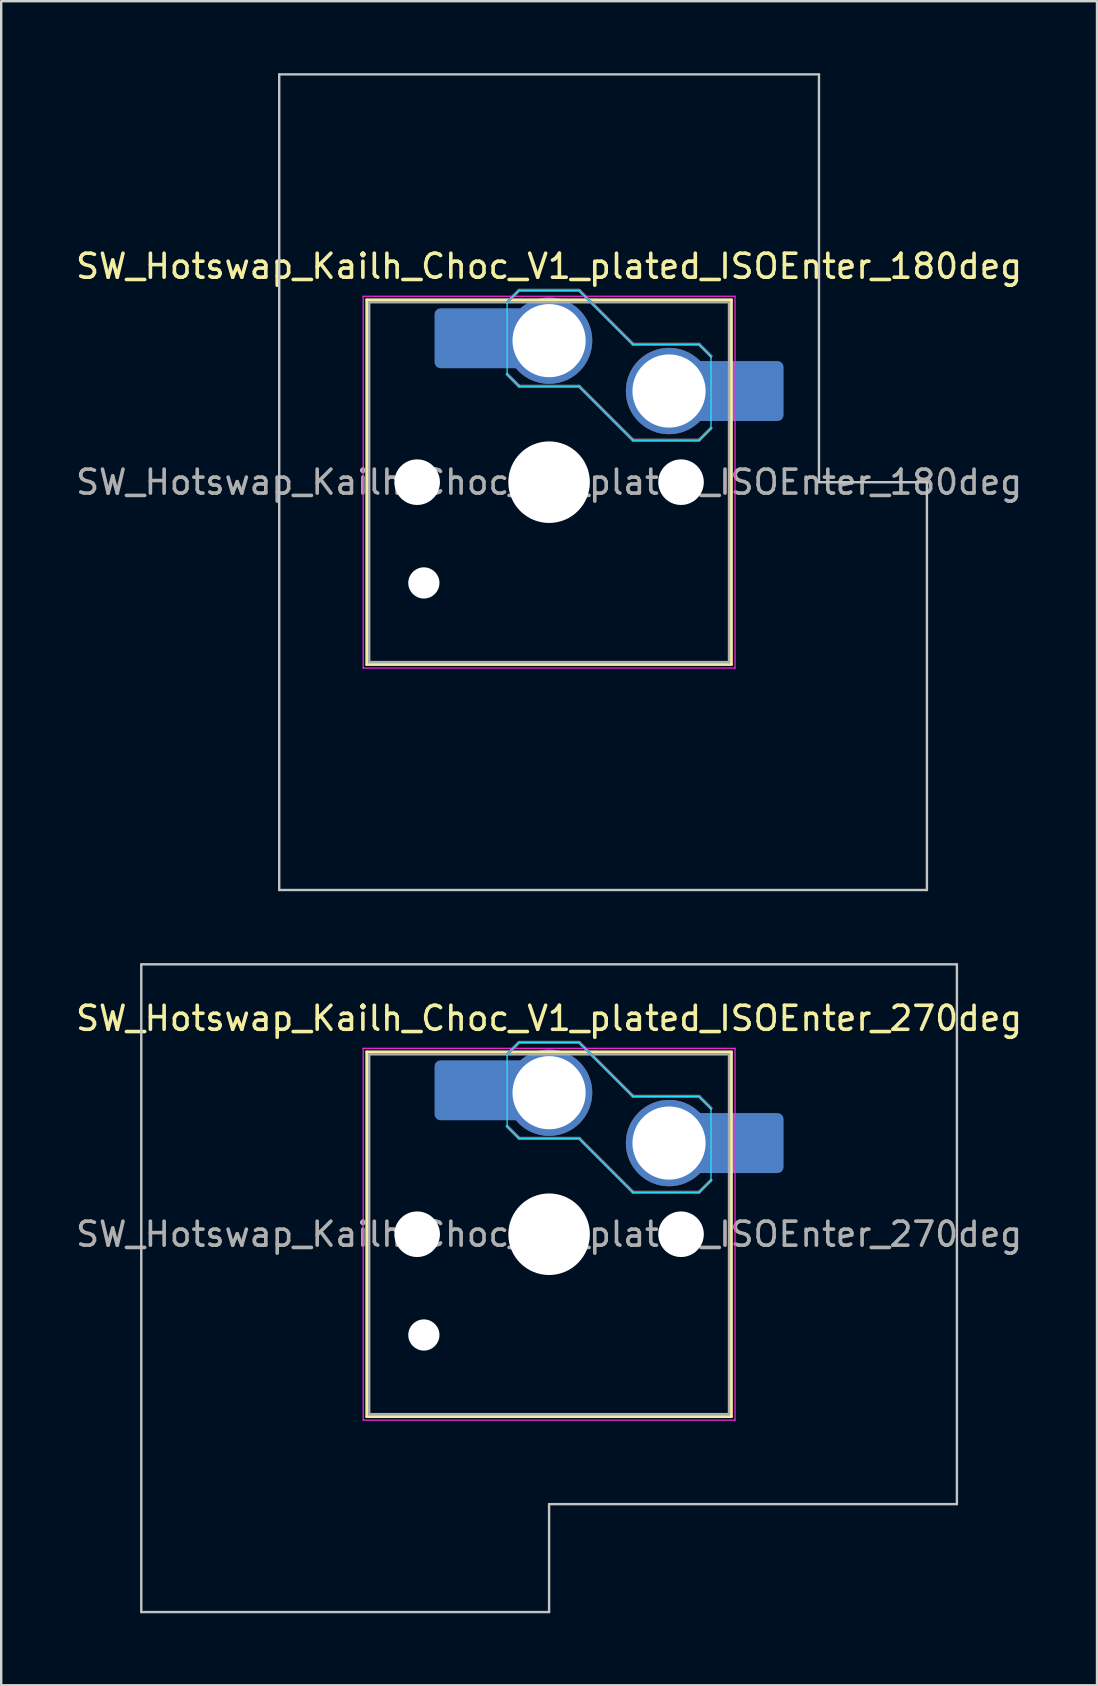
<source format=kicad_pcb>
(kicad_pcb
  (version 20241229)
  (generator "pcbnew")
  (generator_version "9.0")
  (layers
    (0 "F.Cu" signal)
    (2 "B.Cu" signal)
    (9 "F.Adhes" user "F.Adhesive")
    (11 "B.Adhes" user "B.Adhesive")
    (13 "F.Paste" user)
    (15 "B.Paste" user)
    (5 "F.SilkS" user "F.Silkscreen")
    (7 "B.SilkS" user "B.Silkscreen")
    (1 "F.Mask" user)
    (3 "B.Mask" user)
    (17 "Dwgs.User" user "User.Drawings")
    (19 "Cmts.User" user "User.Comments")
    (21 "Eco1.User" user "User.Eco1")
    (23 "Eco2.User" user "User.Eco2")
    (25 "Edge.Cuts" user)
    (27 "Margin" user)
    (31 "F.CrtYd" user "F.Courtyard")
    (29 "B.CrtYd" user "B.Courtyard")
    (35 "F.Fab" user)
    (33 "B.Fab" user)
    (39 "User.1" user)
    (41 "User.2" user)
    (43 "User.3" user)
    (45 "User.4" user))
  (footprint "SW_Hotswap_Kailh_Choc_V1_plated_ISOEnter_180deg"
    (layer "F.Cu")
    (at 19.839 17.05)
    (property "Reference" "SW_Hotswap_Kailh_Choc_V1_plated_ISOEnter_180deg" (at 0 -9 0) (layer "F.SilkS") (effects (font (size 1 1) (thickness 0.15))))
    (attr smd)
    (fp_line (start -7.6 -7.6) (end -7.6 7.6) (stroke (width 0.12) (type solid)) (layer "F.SilkS"))
    (fp_line (start -7.6 7.6) (end 7.6 7.6) (stroke (width 0.12) (type solid)) (layer "F.SilkS"))
    (fp_line (start 7.6 -7.6) (end -7.6 -7.6) (stroke (width 0.12) (type solid)) (layer "F.SilkS"))
    (fp_line (start 7.6 7.6) (end 7.6 -7.6) (stroke (width 0.12) (type solid)) (layer "F.SilkS"))
    (fp_line (start -1.75 -7.5) (end -1.25 -8) (stroke (width 0.12) (type solid)) (layer "B.SilkS"))
    (fp_line (start -1.25 -8) (end 1.25 -8) (stroke (width 0.12) (type solid)) (layer "B.SilkS"))
    (fp_line (start -1.25 -4) (end -1.75 -4.5) (stroke (width 0.12) (type solid)) (layer "B.SilkS"))
    (fp_line (start 1.25 -8) (end 3.5 -5.75) (stroke (width 0.12) (type solid)) (layer "B.SilkS"))
    (fp_line (start 1.25 -4) (end -1.25 -4) (stroke (width 0.12) (type solid)) (layer "B.SilkS"))
    (fp_line (start 3.5 -5.75) (end 6.25 -5.75) (stroke (width 0.12) (type solid)) (layer "B.SilkS"))
    (fp_line (start 3.5 -1.75) (end 1.25 -4) (stroke (width 0.12) (type solid)) (layer "B.SilkS"))
    (fp_line (start 6.25 -5.75) (end 6.75 -5.25) (stroke (width 0.12) (type solid)) (layer "B.SilkS"))
    (fp_line (start 6.25 -1.75) (end 3.5 -1.75) (stroke (width 0.12) (type solid)) (layer "B.SilkS"))
    (fp_line (start 6.75 -2.25) (end 6.25 -1.75) (stroke (width 0.12) (type solid)) (layer "B.SilkS"))
    (fp_line (start -11.25 -17) (end -11.25 17) (stroke (width 0.1) (type solid)) (layer "Dwgs.User"))
    (fp_line (start -11.25 17) (end 15.75 17) (stroke (width 0.1) (type solid)) (layer "Dwgs.User"))
    (fp_line (start 11.25 -17) (end -11.25 -17) (stroke (width 0.1) (type solid)) (layer "Dwgs.User"))
    (fp_line (start 11.25 0) (end 11.25 -17) (stroke (width 0.1) (type solid)) (layer "Dwgs.User"))
    (fp_line (start 15.75 0) (end 11.25 0) (stroke (width 0.1) (type solid)) (layer "Dwgs.User"))
    (fp_line (start 15.75 17) (end 15.75 0) (stroke (width 0.1) (type solid)) (layer "Dwgs.User"))
    (fp_line (start -7.25 -7.25) (end -7.25 7.25) (stroke (width 0.1) (type solid)) (layer "Eco1.User"))
    (fp_line (start -7.25 7.25) (end 7.25 7.25) (stroke (width 0.1) (type solid)) (layer "Eco1.User"))
    (fp_line (start 7.25 -7.25) (end -7.25 -7.25) (stroke (width 0.1) (type solid)) (layer "Eco1.User"))
    (fp_line (start 7.25 7.25) (end 7.25 -7.25) (stroke (width 0.1) (type solid)) (layer "Eco1.User"))
    (fp_line (start -1.75 -7.5) (end -1.25 -8) (stroke (width 0.05) (type solid)) (layer "B.CrtYd"))
    (fp_line (start -1.75 -4.5) (end -1.75 -7.5) (stroke (width 0.05) (type solid)) (layer "B.CrtYd"))
    (fp_line (start -1.25 -8) (end 1.25 -8) (stroke (width 0.05) (type solid)) (layer "B.CrtYd"))
    (fp_line (start -1.25 -4) (end -1.75 -4.5) (stroke (width 0.05) (type solid)) (layer "B.CrtYd"))
    (fp_line (start 1.25 -8) (end 3.5 -5.75) (stroke (width 0.05) (type solid)) (layer "B.CrtYd"))
    (fp_line (start 1.25 -4) (end -1.25 -4) (stroke (width 0.05) (type solid)) (layer "B.CrtYd"))
    (fp_line (start 3.5 -5.75) (end 6.25 -5.75) (stroke (width 0.05) (type solid)) (layer "B.CrtYd"))
    (fp_line (start 3.5 -1.75) (end 1.25 -4) (stroke (width 0.05) (type solid)) (layer "B.CrtYd"))
    (fp_line (start 6.25 -5.75) (end 6.75 -5.25) (stroke (width 0.05) (type solid)) (layer "B.CrtYd"))
    (fp_line (start 6.25 -1.75) (end 3.5 -1.75) (stroke (width 0.05) (type solid)) (layer "B.CrtYd"))
    (fp_line (start 6.75 -5.25) (end 6.75 -2.25) (stroke (width 0.05) (type solid)) (layer "B.CrtYd"))
    (fp_line (start 6.75 -2.25) (end 6.25 -1.75) (stroke (width 0.05) (type solid)) (layer "B.CrtYd"))
    (fp_line (start -7.75 -7.75) (end -7.75 7.75) (stroke (width 0.05) (type solid)) (layer "F.CrtYd"))
    (fp_line (start -7.75 7.75) (end 7.75 7.75) (stroke (width 0.05) (type solid)) (layer "F.CrtYd"))
    (fp_line (start 7.75 -7.75) (end -7.75 -7.75) (stroke (width 0.05) (type solid)) (layer "F.CrtYd"))
    (fp_line (start 7.75 7.75) (end 7.75 -7.75) (stroke (width 0.05) (type solid)) (layer "F.CrtYd"))
    (fp_line (start -1.75 -7.5) (end -1.25 -8) (stroke (width 0.1) (type solid)) (layer "B.Fab"))
    (fp_line (start -1.25 -8) (end 1.25 -8) (stroke (width 0.1) (type solid)) (layer "B.Fab"))
    (fp_line (start -1.25 -4) (end -1.75 -4.5) (stroke (width 0.1) (type solid)) (layer "B.Fab"))
    (fp_line (start 1.25 -8) (end 3.5 -5.75) (stroke (width 0.1) (type solid)) (layer "B.Fab"))
    (fp_line (start 1.25 -4) (end -1.25 -4) (stroke (width 0.1) (type solid)) (layer "B.Fab"))
    (fp_line (start 3.5 -5.75) (end 6.25 -5.75) (stroke (width 0.1) (type solid)) (layer "B.Fab"))
    (fp_line (start 3.5 -1.75) (end 1.25 -4) (stroke (width 0.1) (type solid)) (layer "B.Fab"))
    (fp_line (start 6.25 -5.75) (end 6.75 -5.25) (stroke (width 0.1) (type solid)) (layer "B.Fab"))
    (fp_line (start 6.25 -1.75) (end 3.5 -1.75) (stroke (width 0.1) (type solid)) (layer "B.Fab"))
    (fp_line (start 6.75 -2.25) (end 6.25 -1.75) (stroke (width 0.1) (type solid)) (layer "B.Fab"))
    (fp_line (start -7.5 -7.5) (end -7.5 7.5) (stroke (width 0.1) (type solid)) (layer "F.Fab"))
    (fp_line (start -7.5 7.5) (end 7.5 7.5) (stroke (width 0.1) (type solid)) (layer "F.Fab"))
    (fp_line (start 7.5 -7.5) (end -7.5 -7.5) (stroke (width 0.1) (type solid)) (layer "F.Fab"))
    (fp_line (start 7.5 7.5) (end 7.5 -7.5) (stroke (width 0.1) (type solid)) (layer "F.Fab"))
    (fp_text user "${REFERENCE}" (at 0 0 0) (layer "F.Fab") (effects (font (size 1 1) (thickness 0.15))))
    (pad "" np_thru_hole circle (at -5.5 0) (size 1.9 1.9) (drill 1.9) (layers "*.Cu" "*.Mask"))
    (pad "" np_thru_hole circle (at -5.22 4.2) (size 1.3 1.3) (drill 1.3) (layers "*.Cu" "*.Mask"))
    (pad "" smd roundrect (at -3.5 -6) (size 2.55 2.5) (layers "B.Mask" "B.Paste") (roundrect_rratio 0.1))
    (pad "" np_thru_hole circle (at 0 0) (size 3.4 3.4) (drill 3.4) (layers "*.Cu" "*.Mask"))
    (pad "" np_thru_hole circle (at 5.5 0) (size 1.9 1.9) (drill 1.9) (layers "*.Cu" "*.Mask"))
    (pad "" smd roundrect (at 8.5 -3.8) (size 2.55 2.5) (layers "B.Mask" "B.Paste") (roundrect_rratio 0.1))
    (pad "1" smd roundrect (at -2.85 -6) (size 3.85 2.5) (layers "B.Cu") (roundrect_rratio 0.1))
    (pad "1" thru_hole circle (at 0 -5.9) (size 3.6 3.6) (drill 3.05) (layers "*.Cu" "B.Mask"))
    (pad "2" thru_hole circle (at 5 -3.8) (size 3.6 3.6) (drill 3.05) (layers "*.Cu" "B.Mask"))
    (pad "2" smd roundrect (at 7.85 -3.8) (size 3.85 2.5) (layers "B.Cu") (roundrect_rratio 0.1)))
  (footprint "SW_Hotswap_Kailh_Choc_V1_plated_ISOEnter_270deg"
    (layer "F.Cu")
    (at 19.839 48.4)
    (property "Reference" "SW_Hotswap_Kailh_Choc_V1_plated_ISOEnter_270deg" (at 0 -9 0) (layer "F.SilkS") (effects (font (size 1 1) (thickness 0.15))))
    (attr smd)
    (fp_line (start -7.6 -7.6) (end -7.6 7.6) (stroke (width 0.12) (type solid)) (layer "F.SilkS"))
    (fp_line (start -7.6 7.6) (end 7.6 7.6) (stroke (width 0.12) (type solid)) (layer "F.SilkS"))
    (fp_line (start 7.6 -7.6) (end -7.6 -7.6) (stroke (width 0.12) (type solid)) (layer "F.SilkS"))
    (fp_line (start 7.6 7.6) (end 7.6 -7.6) (stroke (width 0.12) (type solid)) (layer "F.SilkS"))
    (fp_line (start -1.75 -7.5) (end -1.25 -8) (stroke (width 0.12) (type solid)) (layer "B.SilkS"))
    (fp_line (start -1.25 -8) (end 1.25 -8) (stroke (width 0.12) (type solid)) (layer "B.SilkS"))
    (fp_line (start -1.25 -4) (end -1.75 -4.5) (stroke (width 0.12) (type solid)) (layer "B.SilkS"))
    (fp_line (start 1.25 -8) (end 3.5 -5.75) (stroke (width 0.12) (type solid)) (layer "B.SilkS"))
    (fp_line (start 1.25 -4) (end -1.25 -4) (stroke (width 0.12) (type solid)) (layer "B.SilkS"))
    (fp_line (start 3.5 -5.75) (end 6.25 -5.75) (stroke (width 0.12) (type solid)) (layer "B.SilkS"))
    (fp_line (start 3.5 -1.75) (end 1.25 -4) (stroke (width 0.12) (type solid)) (layer "B.SilkS"))
    (fp_line (start 6.25 -5.75) (end 6.75 -5.25) (stroke (width 0.12) (type solid)) (layer "B.SilkS"))
    (fp_line (start 6.25 -1.75) (end 3.5 -1.75) (stroke (width 0.12) (type solid)) (layer "B.SilkS"))
    (fp_line (start 6.75 -2.25) (end 6.25 -1.75) (stroke (width 0.12) (type solid)) (layer "B.SilkS"))
    (fp_line (start -17 -11.25) (end -17 15.75) (stroke (width 0.1) (type solid)) (layer "Dwgs.User"))
    (fp_line (start -17 15.75) (end 0 15.75) (stroke (width 0.1) (type solid)) (layer "Dwgs.User"))
    (fp_line (start 0 11.25) (end 17 11.25) (stroke (width 0.1) (type solid)) (layer "Dwgs.User"))
    (fp_line (start 0 15.75) (end 0 11.25) (stroke (width 0.1) (type solid)) (layer "Dwgs.User"))
    (fp_line (start 17 -11.25) (end -17 -11.25) (stroke (width 0.1) (type solid)) (layer "Dwgs.User"))
    (fp_line (start 17 11.25) (end 17 -11.25) (stroke (width 0.1) (type solid)) (layer "Dwgs.User"))
    (fp_line (start -7.25 -7.25) (end -7.25 7.25) (stroke (width 0.1) (type solid)) (layer "Eco1.User"))
    (fp_line (start -7.25 7.25) (end 7.25 7.25) (stroke (width 0.1) (type solid)) (layer "Eco1.User"))
    (fp_line (start 7.25 -7.25) (end -7.25 -7.25) (stroke (width 0.1) (type solid)) (layer "Eco1.User"))
    (fp_line (start 7.25 7.25) (end 7.25 -7.25) (stroke (width 0.1) (type solid)) (layer "Eco1.User"))
    (fp_line (start -1.75 -7.5) (end -1.25 -8) (stroke (width 0.05) (type solid)) (layer "B.CrtYd"))
    (fp_line (start -1.75 -4.5) (end -1.75 -7.5) (stroke (width 0.05) (type solid)) (layer "B.CrtYd"))
    (fp_line (start -1.25 -8) (end 1.25 -8) (stroke (width 0.05) (type solid)) (layer "B.CrtYd"))
    (fp_line (start -1.25 -4) (end -1.75 -4.5) (stroke (width 0.05) (type solid)) (layer "B.CrtYd"))
    (fp_line (start 1.25 -8) (end 3.5 -5.75) (stroke (width 0.05) (type solid)) (layer "B.CrtYd"))
    (fp_line (start 1.25 -4) (end -1.25 -4) (stroke (width 0.05) (type solid)) (layer "B.CrtYd"))
    (fp_line (start 3.5 -5.75) (end 6.25 -5.75) (stroke (width 0.05) (type solid)) (layer "B.CrtYd"))
    (fp_line (start 3.5 -1.75) (end 1.25 -4) (stroke (width 0.05) (type solid)) (layer "B.CrtYd"))
    (fp_line (start 6.25 -5.75) (end 6.75 -5.25) (stroke (width 0.05) (type solid)) (layer "B.CrtYd"))
    (fp_line (start 6.25 -1.75) (end 3.5 -1.75) (stroke (width 0.05) (type solid)) (layer "B.CrtYd"))
    (fp_line (start 6.75 -5.25) (end 6.75 -2.25) (stroke (width 0.05) (type solid)) (layer "B.CrtYd"))
    (fp_line (start 6.75 -2.25) (end 6.25 -1.75) (stroke (width 0.05) (type solid)) (layer "B.CrtYd"))
    (fp_line (start -7.75 -7.75) (end -7.75 7.75) (stroke (width 0.05) (type solid)) (layer "F.CrtYd"))
    (fp_line (start -7.75 7.75) (end 7.75 7.75) (stroke (width 0.05) (type solid)) (layer "F.CrtYd"))
    (fp_line (start 7.75 -7.75) (end -7.75 -7.75) (stroke (width 0.05) (type solid)) (layer "F.CrtYd"))
    (fp_line (start 7.75 7.75) (end 7.75 -7.75) (stroke (width 0.05) (type solid)) (layer "F.CrtYd"))
    (fp_line (start -1.75 -7.5) (end -1.25 -8) (stroke (width 0.1) (type solid)) (layer "B.Fab"))
    (fp_line (start -1.25 -8) (end 1.25 -8) (stroke (width 0.1) (type solid)) (layer "B.Fab"))
    (fp_line (start -1.25 -4) (end -1.75 -4.5) (stroke (width 0.1) (type solid)) (layer "B.Fab"))
    (fp_line (start 1.25 -8) (end 3.5 -5.75) (stroke (width 0.1) (type solid)) (layer "B.Fab"))
    (fp_line (start 1.25 -4) (end -1.25 -4) (stroke (width 0.1) (type solid)) (layer "B.Fab"))
    (fp_line (start 3.5 -5.75) (end 6.25 -5.75) (stroke (width 0.1) (type solid)) (layer "B.Fab"))
    (fp_line (start 3.5 -1.75) (end 1.25 -4) (stroke (width 0.1) (type solid)) (layer "B.Fab"))
    (fp_line (start 6.25 -5.75) (end 6.75 -5.25) (stroke (width 0.1) (type solid)) (layer "B.Fab"))
    (fp_line (start 6.25 -1.75) (end 3.5 -1.75) (stroke (width 0.1) (type solid)) (layer "B.Fab"))
    (fp_line (start 6.75 -2.25) (end 6.25 -1.75) (stroke (width 0.1) (type solid)) (layer "B.Fab"))
    (fp_line (start -7.5 -7.5) (end -7.5 7.5) (stroke (width 0.1) (type solid)) (layer "F.Fab"))
    (fp_line (start -7.5 7.5) (end 7.5 7.5) (stroke (width 0.1) (type solid)) (layer "F.Fab"))
    (fp_line (start 7.5 -7.5) (end -7.5 -7.5) (stroke (width 0.1) (type solid)) (layer "F.Fab"))
    (fp_line (start 7.5 7.5) (end 7.5 -7.5) (stroke (width 0.1) (type solid)) (layer "F.Fab"))
    (fp_text user "${REFERENCE}" (at 0 0 0) (layer "F.Fab") (effects (font (size 1 1) (thickness 0.15))))
    (pad "" np_thru_hole circle (at -5.5 0) (size 1.9 1.9) (drill 1.9) (layers "*.Cu" "*.Mask"))
    (pad "" np_thru_hole circle (at -5.22 4.2) (size 1.3 1.3) (drill 1.3) (layers "*.Cu" "*.Mask"))
    (pad "" smd roundrect (at -3.5 -6) (size 2.55 2.5) (layers "B.Mask" "B.Paste") (roundrect_rratio 0.1))
    (pad "" np_thru_hole circle (at 0 0) (size 3.4 3.4) (drill 3.4) (layers "*.Cu" "*.Mask"))
    (pad "" np_thru_hole circle (at 5.5 0) (size 1.9 1.9) (drill 1.9) (layers "*.Cu" "*.Mask"))
    (pad "" smd roundrect (at 8.5 -3.8) (size 2.55 2.5) (layers "B.Mask" "B.Paste") (roundrect_rratio 0.1))
    (pad "1" smd roundrect (at -2.85 -6) (size 3.85 2.5) (layers "B.Cu") (roundrect_rratio 0.1))
    (pad "1" thru_hole circle (at 0 -5.9) (size 3.6 3.6) (drill 3.05) (layers "*.Cu" "B.Mask"))
    (pad "2" thru_hole circle (at 5 -3.8) (size 3.6 3.6) (drill 3.05) (layers "*.Cu" "B.Mask"))
    (pad "2" smd roundrect (at 7.85 -3.8) (size 3.85 2.5) (layers "B.Cu") (roundrect_rratio 0.1)))
  (gr_rect
    (start -3 -3)
    (end 42.679 67.2)
    (stroke (width 0.1) (type default))
    (fill no)
    (layer "Edge.Cuts")))
</source>
